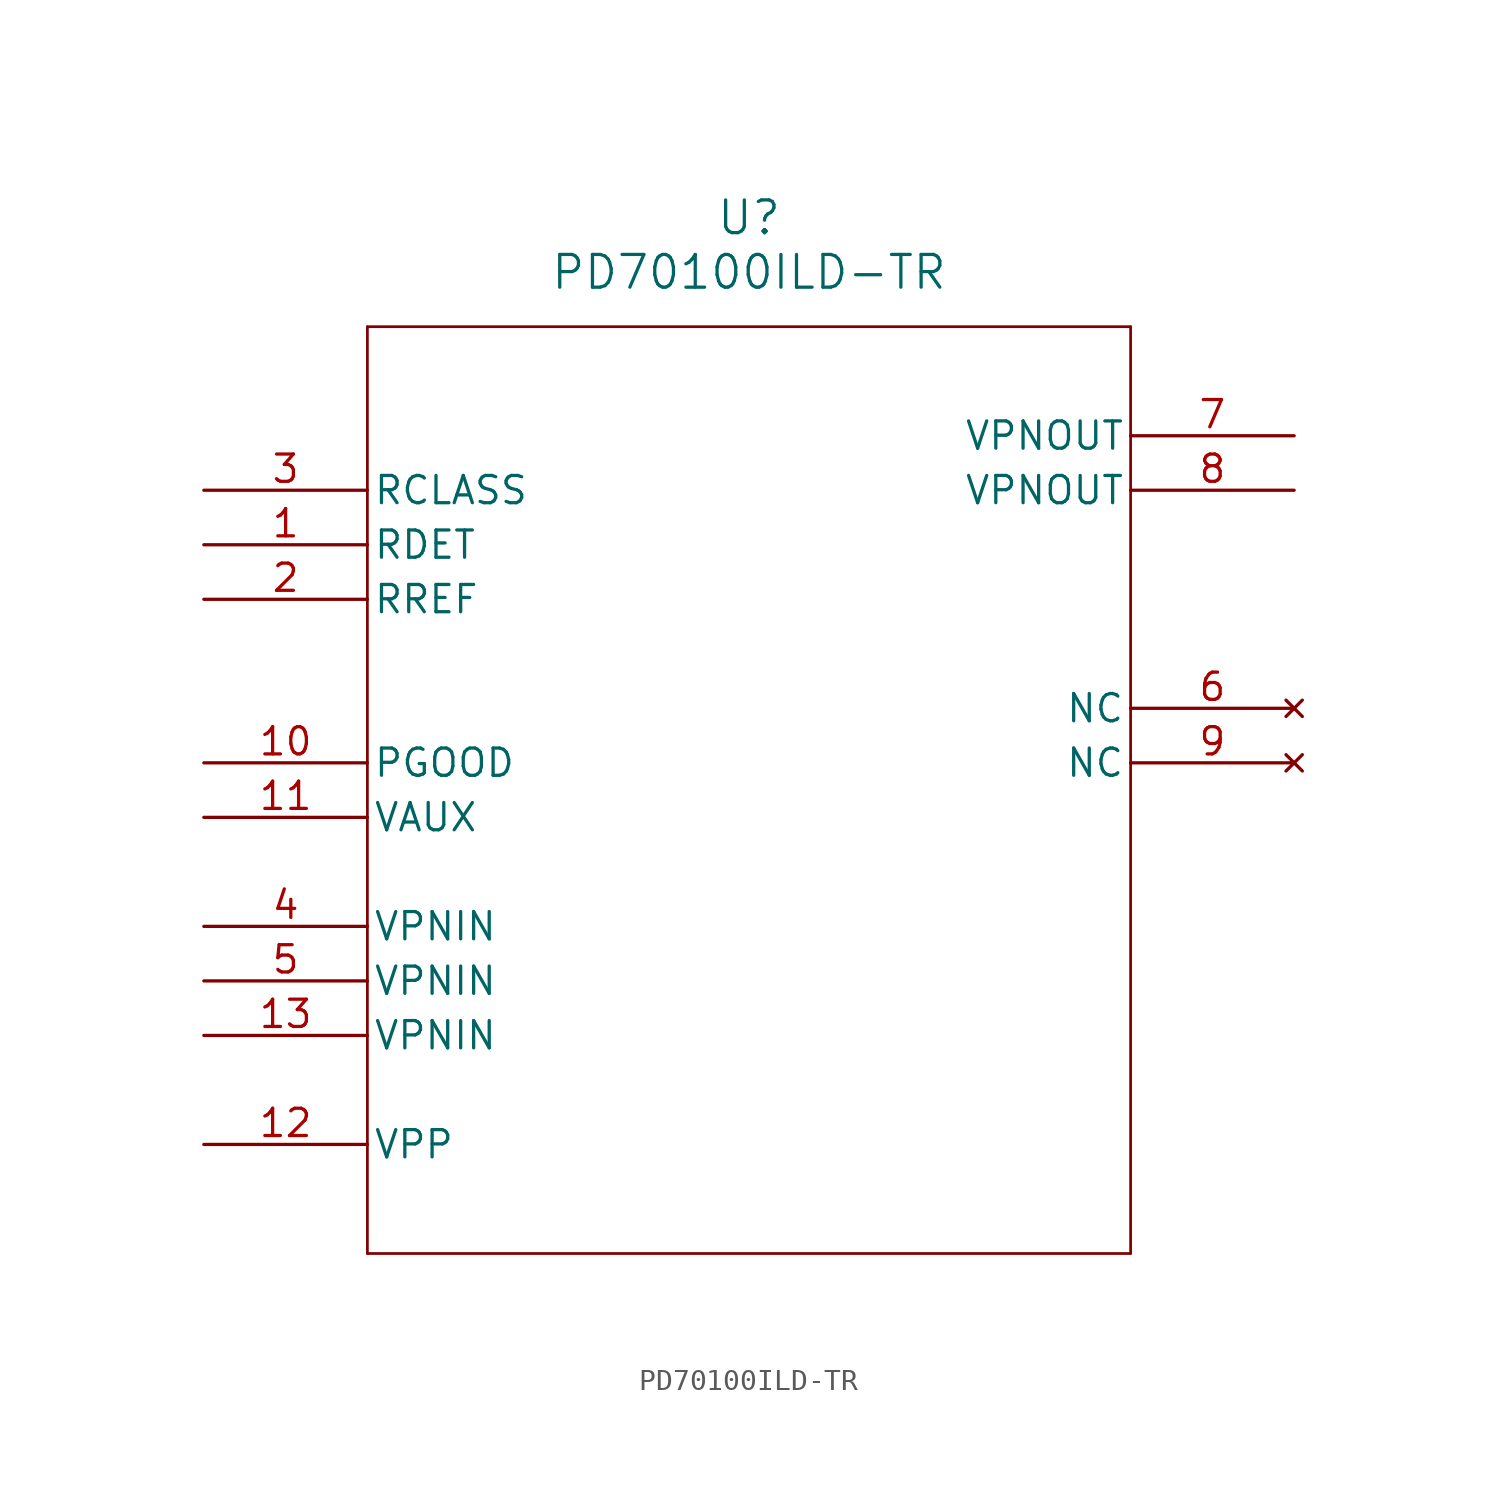
<source format=kicad_sym>
(kicad_symbol_lib
  (version 20241209)
  (generator "kicad_symbol_editor")
  (generator_version "9.0")
  (symbol "PD70100ILD-TR"
    (pin_names
      (offset 0.254))
    (property "Reference" "U"
      (at 25.4 12.7 0)
      (effects (font (size 1.524 1.524))))
    (property "Value" "PD70100ILD-TR"
      (at 25.4 10.16 0)
      (effects (font (size 1.524 1.524))))
    (symbol "PD70100ILD-TR_0_1"
      (polyline (pts (xy 7.62 7.62) (xy 7.62 -35.56)) (stroke (width 0.127) (type default)) (fill (type none)))
      (polyline (pts (xy 7.62 -35.56) (xy 43.18 -35.56)) (stroke (width 0.127) (type default)) (fill (type none)))
      (polyline (pts (xy 43.18 7.62) (xy 7.62 7.62)) (stroke (width 0.127) (type default)) (fill (type none)))
      (polyline (pts (xy 43.18 -35.56) (xy 43.18 7.62)) (stroke (width 0.127) (type default)) (fill (type none)))
      (pin unspecified line (at 0 0 0) (length 7.62) (name "RCLASS" (effects (font (size 1.27 1.27)))) (number "3" (effects (font (size 1.27 1.27)))))
      (pin unspecified line (at 0 -2.54 0) (length 7.62) (name "RDET" (effects (font (size 1.27 1.27)))) (number "1" (effects (font (size 1.27 1.27)))))
      (pin unspecified line (at 0 -5.08 0) (length 7.62) (name "RREF" (effects (font (size 1.27 1.27)))) (number "2" (effects (font (size 1.27 1.27)))))
      (pin output line (at 0 -12.7 0) (length 7.62) (name "PGOOD" (effects (font (size 1.27 1.27)))) (number "10" (effects (font (size 1.27 1.27)))))
      (pin power_in line (at 0 -15.24 0) (length 7.62) (name "VAUX" (effects (font (size 1.27 1.27)))) (number "11" (effects (font (size 1.27 1.27)))))
      (pin power_in line (at 0 -20.32 0) (length 7.62) (name "VPNIN" (effects (font (size 1.27 1.27)))) (number "4" (effects (font (size 1.27 1.27)))))
      (pin power_in line (at 0 -22.86 0) (length 7.62) (name "VPNIN" (effects (font (size 1.27 1.27)))) (number "5" (effects (font (size 1.27 1.27)))))
      (pin power_in line (at 0 -25.4 0) (length 7.62) (name "VPNIN" (effects (font (size 1.27 1.27)))) (number "13" (effects (font (size 1.27 1.27)))))
      (pin power_in line (at 0 -30.48 0) (length 7.62) (name "VPP" (effects (font (size 1.27 1.27)))) (number "12" (effects (font (size 1.27 1.27)))))
      (pin power_in line (at 50.8 2.54 180) (length 7.62) (name "VPNOUT" (effects (font (size 1.27 1.27)))) (number "7" (effects (font (size 1.27 1.27)))))
      (pin power_in line (at 50.8 0 180) (length 7.62) (name "VPNOUT" (effects (font (size 1.27 1.27)))) (number "8" (effects (font (size 1.27 1.27)))))
      (pin no_connect line (at 50.8 -10.16 180) (length 7.62) (name "NC" (effects (font (size 1.27 1.27)))) (number "6" (effects (font (size 1.27 1.27)))))
      (pin no_connect line (at 50.8 -12.7 180) (length 7.62) (name "NC" (effects (font (size 1.27 1.27)))) (number "9" (effects (font (size 1.27 1.27))))))))
</source>
